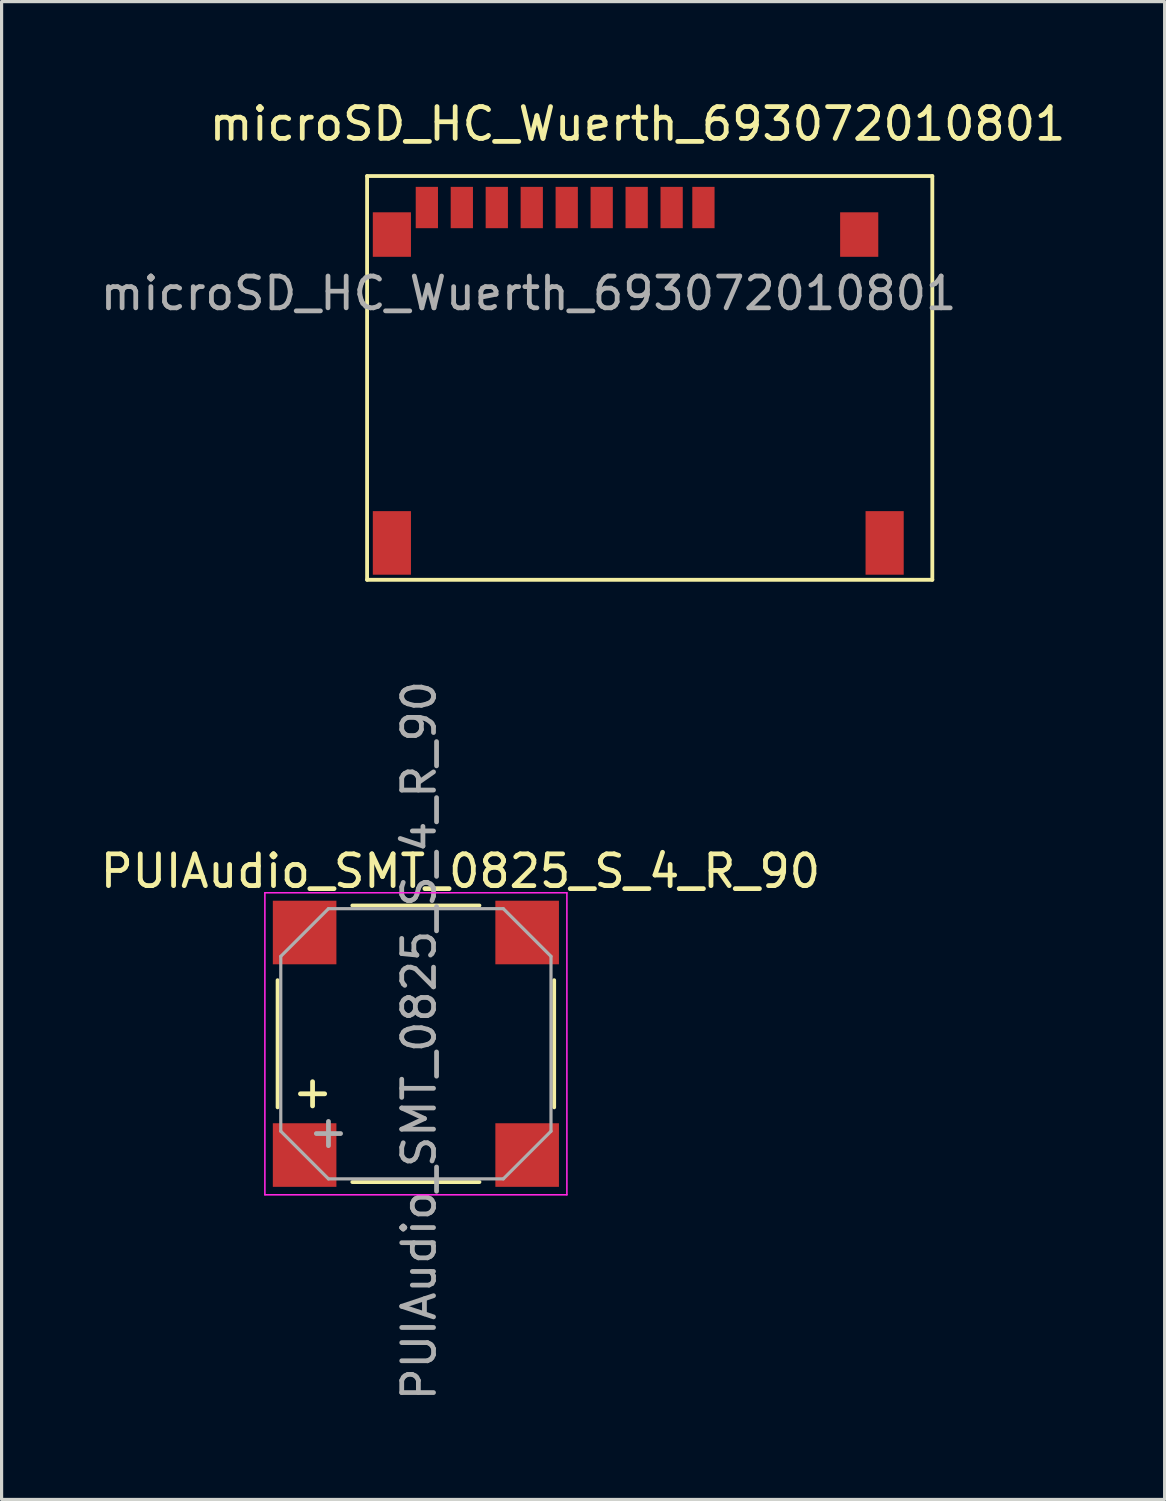
<source format=kicad_pcb>
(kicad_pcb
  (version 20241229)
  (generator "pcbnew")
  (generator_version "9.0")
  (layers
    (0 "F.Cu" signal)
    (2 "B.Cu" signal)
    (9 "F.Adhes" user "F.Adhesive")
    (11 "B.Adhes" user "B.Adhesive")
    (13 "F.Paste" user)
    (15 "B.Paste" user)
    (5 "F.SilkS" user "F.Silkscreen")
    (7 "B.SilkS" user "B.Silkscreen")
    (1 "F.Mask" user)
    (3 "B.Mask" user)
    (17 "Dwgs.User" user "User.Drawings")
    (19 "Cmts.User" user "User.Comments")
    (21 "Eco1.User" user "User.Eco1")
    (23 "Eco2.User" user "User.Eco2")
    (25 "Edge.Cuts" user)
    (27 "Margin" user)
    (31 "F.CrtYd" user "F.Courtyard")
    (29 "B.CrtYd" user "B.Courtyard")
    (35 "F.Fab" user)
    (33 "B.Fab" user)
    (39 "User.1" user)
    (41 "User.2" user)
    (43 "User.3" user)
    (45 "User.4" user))
  (footprint "microSD_HC_Wuerth_693072010801"
    (layer "F.Cu")
    (at 17.006 8.838)
    (property "Reference" "microSD_HC_Wuerth_693072010801" (at 0 -7.99 0) (layer "F.SilkS") (effects (font (size 1 1) (thickness 0.15))))
    (attr smd)
    (fp_line (start -8.509 -6.35) (end -8.509 6.35) (stroke (width 0.12) (type solid)) (layer "F.SilkS"))
    (fp_line (start -8.509 6.35) (end 9.271 6.35) (stroke (width 0.12) (type solid)) (layer "F.SilkS"))
    (fp_line (start 9.271 -6.35) (end -8.509 -6.35) (stroke (width 0.12) (type solid)) (layer "F.SilkS"))
    (fp_line (start 9.271 6.35) (end 9.271 -6.35) (stroke (width 0.12) (type solid)) (layer "F.SilkS"))
    (fp_text user "${REFERENCE}" (at -3.429 -2.66 0) (layer "F.Fab") (effects (font (size 1 1) (thickness 0.15))))
    (pad "1" smd rect (at -6.629 -5.36) (size 0.7 1.3) (layers "F.Cu" "F.Mask" "F.Paste"))
    (pad "2" smd rect (at -5.529 -5.36) (size 0.7 1.3) (layers "F.Cu" "F.Mask" "F.Paste"))
    (pad "3" smd rect (at -4.429 -5.36) (size 0.7 1.3) (layers "F.Cu" "F.Mask" "F.Paste"))
    (pad "4" smd rect (at -3.329 -5.36) (size 0.7 1.3) (layers "F.Cu" "F.Mask" "F.Paste"))
    (pad "5" smd rect (at -2.229 -5.36) (size 0.7 1.3) (layers "F.Cu" "F.Mask" "F.Paste"))
    (pad "6" smd rect (at -1.129 -5.36) (size 0.7 1.3) (layers "F.Cu" "F.Mask" "F.Paste"))
    (pad "7" smd rect (at -0.029 -5.36) (size 0.7 1.3) (layers "F.Cu" "F.Mask" "F.Paste"))
    (pad "8" smd rect (at 1.071 -5.36) (size 0.7 1.3) (layers "F.Cu" "F.Mask" "F.Paste"))
    (pad "9" smd rect (at 2.071 -5.36) (size 0.7 1.3) (layers "F.Cu" "F.Mask" "F.Paste"))
    (pad "10" smd rect (at -7.729 -4.51) (size 1.2 1.4) (layers "F.Cu" "F.Mask" "F.Paste"))
    (pad "10" smd rect (at -7.729 5.19) (size 1.2 2) (layers "F.Cu" "F.Mask" "F.Paste"))
    (pad "10" smd rect (at 6.971 -4.51) (size 1.2 1.4) (layers "F.Cu" "F.Mask" "F.Paste"))
    (pad "10" smd rect (at 7.771 5.19) (size 1.2 2) (layers "F.Cu" "F.Mask" "F.Paste")))
  (footprint "PUIAudio_SMT_0825_S_4_R_90"
    (layer "F.Cu")
    (at 10.032 29.783)
    (property "Reference" "PUIAudio_SMT_0825_S_4_R_90" (at 1.402 -5.43 0) (layer "F.SilkS") (effects (font (size 1 1) (thickness 0.15))))
    (attr smd)
    (fp_line (start -4.35 -2) (end -4.35 2) (stroke (width 0.12) (type solid)) (layer "F.SilkS"))
    (fp_line (start -2 4.35) (end 2 4.35) (stroke (width 0.12) (type solid)) (layer "F.SilkS"))
    (fp_line (start 2 -4.35) (end -2 -4.35) (stroke (width 0.12) (type solid)) (layer "F.SilkS"))
    (fp_line (start 4.35 2) (end 4.35 -2) (stroke (width 0.12) (type solid)) (layer "F.SilkS"))
    (fp_line (start -4.75 -4.75) (end 4.75 -4.75) (stroke (width 0.05) (type solid)) (layer "F.CrtYd"))
    (fp_line (start -4.75 4.75) (end -4.75 -4.75) (stroke (width 0.05) (type solid)) (layer "F.CrtYd"))
    (fp_line (start 4.75 -4.75) (end 4.75 4.75) (stroke (width 0.05) (type solid)) (layer "F.CrtYd"))
    (fp_line (start 4.75 4.75) (end -4.75 4.75) (stroke (width 0.05) (type solid)) (layer "F.CrtYd"))
    (fp_line (start -4.25 -2.75) (end -2.75 -4.25) (stroke (width 0.1) (type solid)) (layer "F.Fab"))
    (fp_line (start -4.25 2.75) (end -4.25 -2.75) (stroke (width 0.1) (type solid)) (layer "F.Fab"))
    (fp_line (start -2.75 -4.25) (end 2.75 -4.25) (stroke (width 0.1) (type solid)) (layer "F.Fab"))
    (fp_line (start -2.75 4.25) (end -4.25 2.75) (stroke (width 0.1) (type solid)) (layer "F.Fab"))
    (fp_line (start 2.75 -4.25) (end 4.25 -2.75) (stroke (width 0.1) (type solid)) (layer "F.Fab"))
    (fp_line (start 2.75 4.25) (end -2.75 4.25) (stroke (width 0.1) (type solid)) (layer "F.Fab"))
    (fp_line (start 4.25 -2.75) (end 4.25 2.75) (stroke (width 0.1) (type solid)) (layer "F.Fab"))
    (fp_line (start 4.25 2.75) (end 2.75 4.25) (stroke (width 0.1) (type solid)) (layer "F.Fab"))
    (fp_text user "+" (at -3.25 1.5 0) (layer "F.SilkS") (effects (font (size 1 1) (thickness 0.15))))
    (fp_text user "+" (at -2.75 2.75 0) (layer "F.Fab") (effects (font (size 1 1) (thickness 0.15))))
    (fp_text user "${REFERENCE}" (at 0.1 -0.1 270) (layer "F.Fab") (effects (font (size 1 1) (thickness 0.15))))
    (pad "1" smd rect (at -3.5 3.5) (size 2 2) (layers "F.Cu" "F.Mask" "F.Paste"))
    (pad "2" smd rect (at 3.5 3.5) (size 2 2) (layers "F.Cu" "F.Mask" "F.Paste"))
    (pad "3" smd rect (at 3.5 -3.5) (size 2 2) (layers "F.Cu" "F.Mask" "F.Paste"))
    (pad "4" smd rect (at -3.5 -3.5) (size 2 2) (layers "F.Cu" "F.Mask" "F.Paste")))
  (gr_rect
    (start -3 -3)
    (end 33.584 44.117)
    (stroke (width 0.1) (type default))
    (fill no)
    (layer "Edge.Cuts")))
</source>
